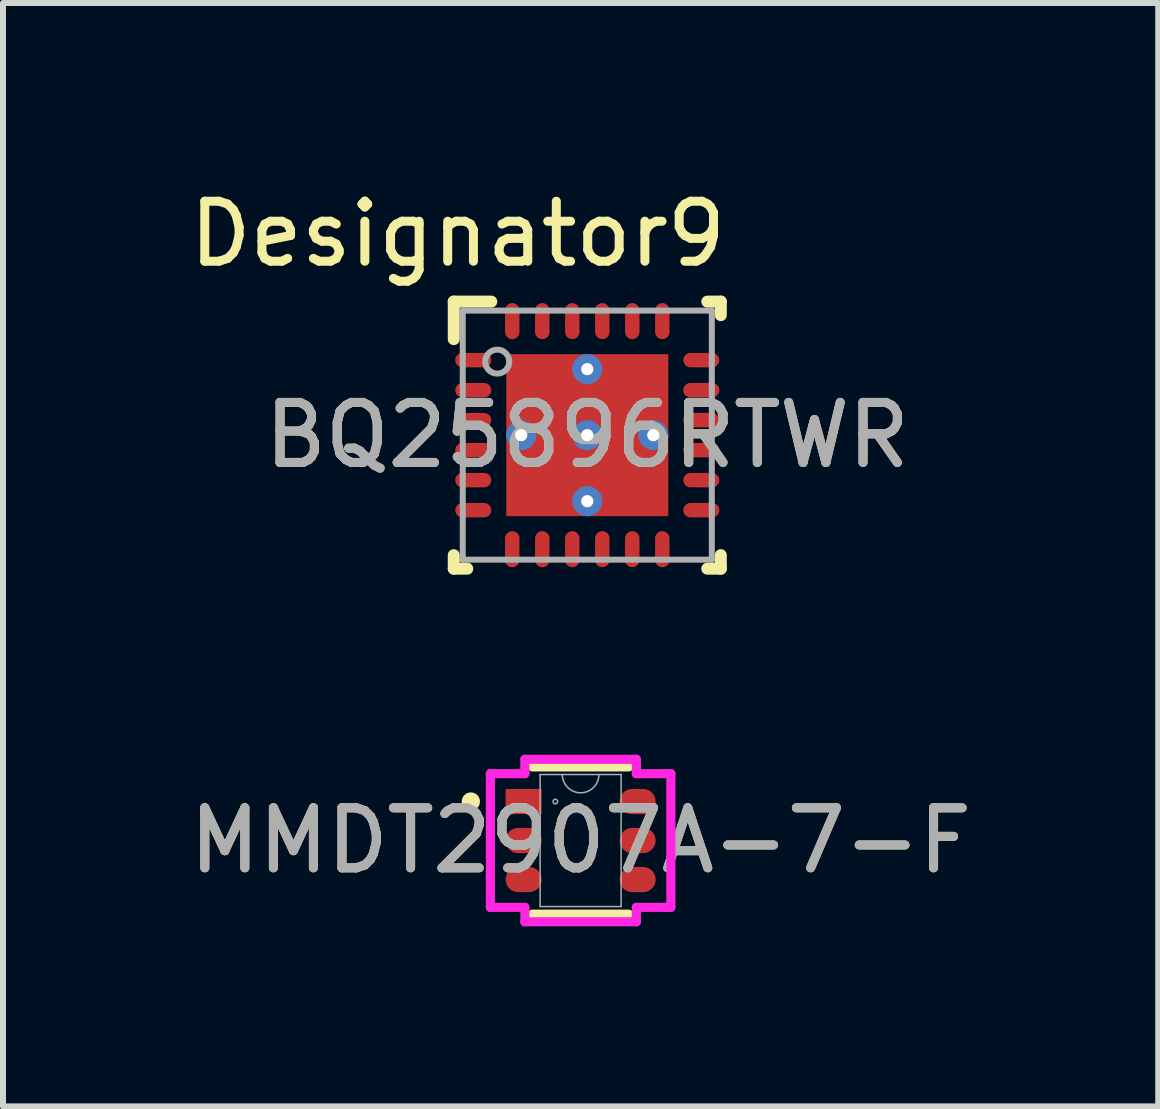
<source format=kicad_pcb>
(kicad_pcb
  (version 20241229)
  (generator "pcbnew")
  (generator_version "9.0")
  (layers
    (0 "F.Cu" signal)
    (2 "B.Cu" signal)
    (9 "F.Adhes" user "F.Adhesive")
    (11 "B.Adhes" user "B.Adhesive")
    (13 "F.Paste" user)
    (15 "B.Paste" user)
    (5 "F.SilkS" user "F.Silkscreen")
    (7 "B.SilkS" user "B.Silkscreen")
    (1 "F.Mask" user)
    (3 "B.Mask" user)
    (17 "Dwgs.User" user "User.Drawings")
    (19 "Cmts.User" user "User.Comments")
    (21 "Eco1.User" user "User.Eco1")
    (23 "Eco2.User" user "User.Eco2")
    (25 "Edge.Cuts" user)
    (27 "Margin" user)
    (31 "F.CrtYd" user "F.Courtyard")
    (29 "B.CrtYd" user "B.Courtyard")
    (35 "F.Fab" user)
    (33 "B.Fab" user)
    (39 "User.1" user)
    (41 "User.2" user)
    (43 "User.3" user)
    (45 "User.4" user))
  (footprint "BQ25896RTWR"
    (layer "F.Cu")
    (at 6.736 4.201)
    (property "Reference" "BQ25896RTWR" (at 0 0 0) (unlocked yes) (layer "F.SilkS") (effects (font (size 1 1) (thickness 0.15))))
    (attr smd)
    (fp_line (start -2.225 -2.225) (end -1.6 -2.225) (stroke (width 0.2) (type solid)) (layer "F.SilkS"))
    (fp_line (start -2.225 -1.6) (end -2.225 -2.225) (stroke (width 0.2) (type solid)) (layer "F.SilkS"))
    (fp_line (start -2.225 2.225) (end -2.225 2) (stroke (width 0.2) (type solid)) (layer "F.SilkS"))
    (fp_line (start -2.225 2.225) (end -2 2.225) (stroke (width 0.2) (type solid)) (layer "F.SilkS"))
    (fp_line (start 2 -2.225) (end 2.225 -2.225) (stroke (width 0.2) (type solid)) (layer "F.SilkS"))
    (fp_line (start 2 2.225) (end 2.225 2.225) (stroke (width 0.2) (type solid)) (layer "F.SilkS"))
    (fp_line (start 2.225 -2) (end 2.225 -2.225) (stroke (width 0.2) (type solid)) (layer "F.SilkS"))
    (fp_line (start 2.225 2.225) (end 2.225 2) (stroke (width 0.2) (type solid)) (layer "F.SilkS"))
    (fp_poly (pts (xy -0.1 -1.288) (xy -1.288 -1.288) (xy -1.288 -0.1) (xy -0.1 -0.1)) (stroke (width 0) (type solid)) (fill yes) (layer "F.Paste"))
    (fp_poly (pts (xy -0.1 0.1) (xy -1.288 0.1) (xy -1.288 1.288) (xy -0.1 1.288)) (stroke (width 0) (type solid)) (fill yes) (layer "F.Paste"))
    (fp_poly (pts (xy 0.1 -0.1) (xy 1.288 -0.1) (xy 1.288 -1.288) (xy 0.1 -1.288)) (stroke (width 0) (type solid)) (fill yes) (layer "F.Paste"))
    (fp_poly (pts (xy 0.1 1.288) (xy 1.288 1.288) (xy 1.288 0.1) (xy 0.1 0.1)) (stroke (width 0) (type solid)) (fill yes) (layer "F.Paste"))
    (fp_line (start -2.075 -2.075) (end 2.075 -2.075) (stroke (width 0.1) (type solid)) (layer "F.Fab"))
    (fp_line (start -2.075 2.075) (end -2.075 -2.075) (stroke (width 0.1) (type solid)) (layer "F.Fab"))
    (fp_line (start -2.075 2.075) (end 2.075 2.075) (stroke (width 0.1) (type solid)) (layer "F.Fab"))
    (fp_line (start 2.075 2.075) (end 2.075 -2.075) (stroke (width 0.1) (type solid)) (layer "F.Fab"))
    (fp_circle (center -1.5 -1.225) (end -1.3 -1.225) (stroke (width 0.1) (type solid)) (fill no) (layer "F.Fab"))
    (fp_text user "Designator9" (at -2.159 -3.353 0) (unlocked yes) (layer "F.SilkS") (effects (font (size 1 1) (thickness 0.15))))
    (fp_text user "${REFERENCE}" (at 0 0 0) (unlocked yes) (layer "F.Fab") (effects (font (size 1 1) (thickness 0.15))))
    (pad "1" smd oval (at -1.9 -1.25 90) (size 0.24 0.6) (layers "F.Cu" "F.Mask" "F.Paste"))
    (pad "2" smd oval (at -1.9 -0.75 90) (size 0.24 0.6) (layers "F.Cu" "F.Mask" "F.Paste"))
    (pad "3" smd oval (at -1.9 -0.25 90) (size 0.24 0.6) (layers "F.Cu" "F.Mask" "F.Paste"))
    (pad "4" smd oval (at -1.9 0.25 90) (size 0.24 0.6) (layers "F.Cu" "F.Mask" "F.Paste"))
    (pad "5" smd oval (at -1.9 0.75 90) (size 0.24 0.6) (layers "F.Cu" "F.Mask" "F.Paste"))
    (pad "6" smd oval (at -1.9 1.25 90) (size 0.24 0.6) (layers "F.Cu" "F.Mask" "F.Paste"))
    (pad "7" smd oval (at -1.25 1.9) (size 0.24 0.6) (layers "F.Cu" "F.Mask" "F.Paste"))
    (pad "8" smd oval (at -0.75 1.9) (size 0.24 0.6) (layers "F.Cu" "F.Mask" "F.Paste"))
    (pad "9" smd oval (at -0.25 1.9) (size 0.24 0.6) (layers "F.Cu" "F.Mask" "F.Paste"))
    (pad "10" smd oval (at 0.25 1.9) (size 0.24 0.6) (layers "F.Cu" "F.Mask" "F.Paste"))
    (pad "11" smd oval (at 0.75 1.9) (size 0.24 0.6) (layers "F.Cu" "F.Mask" "F.Paste"))
    (pad "12" smd oval (at 1.25 1.9) (size 0.24 0.6) (layers "F.Cu" "F.Mask" "F.Paste"))
    (pad "13" smd oval (at 1.9 1.25 90) (size 0.24 0.6) (layers "F.Cu" "F.Mask" "F.Paste"))
    (pad "14" smd oval (at 1.9 0.75 90) (size 0.24 0.6) (layers "F.Cu" "F.Mask" "F.Paste"))
    (pad "15" smd oval (at 1.9 0.25 90) (size 0.24 0.6) (layers "F.Cu" "F.Mask" "F.Paste"))
    (pad "16" smd oval (at 1.9 -0.25 90) (size 0.24 0.6) (layers "F.Cu" "F.Mask" "F.Paste"))
    (pad "17" smd oval (at 1.9 -0.75 90) (size 0.24 0.6) (layers "F.Cu" "F.Mask" "F.Paste"))
    (pad "18" smd oval (at 1.9 -1.25 90) (size 0.24 0.6) (layers "F.Cu" "F.Mask" "F.Paste"))
    (pad "19" smd oval (at 1.25 -1.9) (size 0.24 0.6) (layers "F.Cu" "F.Mask" "F.Paste"))
    (pad "20" smd oval (at 0.75 -1.9) (size 0.24 0.6) (layers "F.Cu" "F.Mask" "F.Paste"))
    (pad "21" smd oval (at 0.25 -1.9) (size 0.24 0.6) (layers "F.Cu" "F.Mask" "F.Paste"))
    (pad "22" smd oval (at -0.25 -1.9) (size 0.24 0.6) (layers "F.Cu" "F.Mask" "F.Paste"))
    (pad "23" smd oval (at -0.75 -1.9) (size 0.24 0.6) (layers "F.Cu" "F.Mask" "F.Paste"))
    (pad "24" smd oval (at -1.25 -1.9) (size 0.24 0.6) (layers "F.Cu" "F.Mask" "F.Paste"))
    (pad "25" smd rect (at 0 0) (size 2.7 2.7) (layers "F.Cu" "F.Mask"))
    (pad "V" thru_hole circle (at -1.1 0) (size 0.5 0.5) (drill 0.203) (layers "*.Cu" "*.Mask"))
    (pad "V" thru_hole circle (at 0 -1.1) (size 0.5 0.5) (drill 0.203) (layers "*.Cu" "*.Mask"))
    (pad "V" thru_hole circle (at 0 0) (size 0.5 0.5) (drill 0.203) (layers "*.Cu" "*.Mask"))
    (pad "V" thru_hole circle (at 0 1.1) (size 0.5 0.5) (drill 0.203) (layers "*.Cu" "*.Mask"))
    (pad "V" thru_hole circle (at 1.1 0) (size 0.5 0.5) (drill 0.203) (layers "*.Cu" "*.Mask")))
  (footprint "MMDT2907A-7-F"
    (layer "F.Cu")
    (at 6.625 10.956)
    (property "Reference" "MMDT2907A-7-F" (at 0 0 0) (unlocked yes) (layer "F.SilkS") (effects (font (size 1 1) (thickness 0.15))))
    (attr smd)
    (fp_line (start -0.802 1.227) (end 0.802 1.227) (stroke (width 0.152) (type solid)) (layer "F.SilkS"))
    (fp_line (start 0.802 -1.227) (end -0.802 -1.227) (stroke (width 0.152) (type solid)) (layer "F.SilkS"))
    (fp_circle (center -1.829 -0.65) (end -1.753 -0.65) (stroke (width 0.152) (type solid)) (fill no) (layer "F.SilkS"))
    (fp_line (start -1.504 -1.114) (end -0.929 -1.114) (stroke (width 0.152) (type solid)) (layer "F.CrtYd"))
    (fp_line (start -1.504 1.114) (end -1.504 -1.114) (stroke (width 0.152) (type solid)) (layer "F.CrtYd"))
    (fp_line (start -1.504 1.114) (end -0.929 1.114) (stroke (width 0.152) (type solid)) (layer "F.CrtYd"))
    (fp_line (start -0.929 -1.354) (end 0.929 -1.354) (stroke (width 0.152) (type solid)) (layer "F.CrtYd"))
    (fp_line (start -0.929 -1.114) (end -0.929 -1.354) (stroke (width 0.152) (type solid)) (layer "F.CrtYd"))
    (fp_line (start -0.929 1.354) (end -0.929 1.114) (stroke (width 0.152) (type solid)) (layer "F.CrtYd"))
    (fp_line (start 0.929 -1.354) (end 0.929 -1.114) (stroke (width 0.152) (type solid)) (layer "F.CrtYd"))
    (fp_line (start 0.929 1.114) (end 0.929 1.354) (stroke (width 0.152) (type solid)) (layer "F.CrtYd"))
    (fp_line (start 0.929 1.354) (end -0.929 1.354) (stroke (width 0.152) (type solid)) (layer "F.CrtYd"))
    (fp_line (start 1.504 -1.114) (end 0.929 -1.114) (stroke (width 0.152) (type solid)) (layer "F.CrtYd"))
    (fp_line (start 1.504 -1.114) (end 1.504 1.114) (stroke (width 0.152) (type solid)) (layer "F.CrtYd"))
    (fp_line (start 1.504 1.114) (end 0.929 1.114) (stroke (width 0.152) (type solid)) (layer "F.CrtYd"))
    (fp_line (start -0.675 -1.1) (end -0.675 1.1) (stroke (width 0.025) (type solid)) (layer "F.Fab"))
    (fp_line (start -0.675 1.1) (end 0.675 1.1) (stroke (width 0.025) (type solid)) (layer "F.Fab"))
    (fp_line (start 0.675 -1.1) (end -0.675 -1.1) (stroke (width 0.025) (type solid)) (layer "F.Fab"))
    (fp_line (start 0.675 1.1) (end 0.675 -1.1) (stroke (width 0.025) (type solid)) (layer "F.Fab"))
    (fp_arc (start 0.3048 -1.1) (mid 0 -0.7952) (end -0.3048 -1.1) (stroke (width 0.0254) (type solid)) (layer "F.Fab"))
    (fp_circle (center -0.421 -0.65) (end -0.383 -0.65) (stroke (width 0.025) (type solid)) (fill no) (layer "F.Fab"))
    (fp_text user "${REFERENCE}" (at 0 0 0) (unlocked yes) (layer "F.Fab") (effects (font (size 1 1) (thickness 0.15))))
    (pad "1" smd rect (at -0.95 -0.65) (size 0.6 0.42) (layers "F.Cu" "F.Mask" "F.Paste"))
    (pad "2" smd oval (at -0.95 0) (size 0.6 0.42) (layers "F.Cu" "F.Mask" "F.Paste"))
    (pad "3" smd oval (at -0.95 0.65) (size 0.6 0.42) (layers "F.Cu" "F.Mask" "F.Paste"))
    (pad "4" smd oval (at 0.95 0.65) (size 0.6 0.42) (layers "F.Cu" "F.Mask" "F.Paste"))
    (pad "5" smd oval (at 0.95 0) (size 0.6 0.42) (layers "F.Cu" "F.Mask" "F.Paste"))
    (pad "6" smd oval (at 0.95 -0.65) (size 0.6 0.42) (layers "F.Cu" "F.Mask" "F.Paste")))
  (gr_rect
    (start -3 -3)
    (end 16.25 15.386)
    (stroke (width 0.1) (type default))
    (fill no)
    (layer "Edge.Cuts")))
</source>
